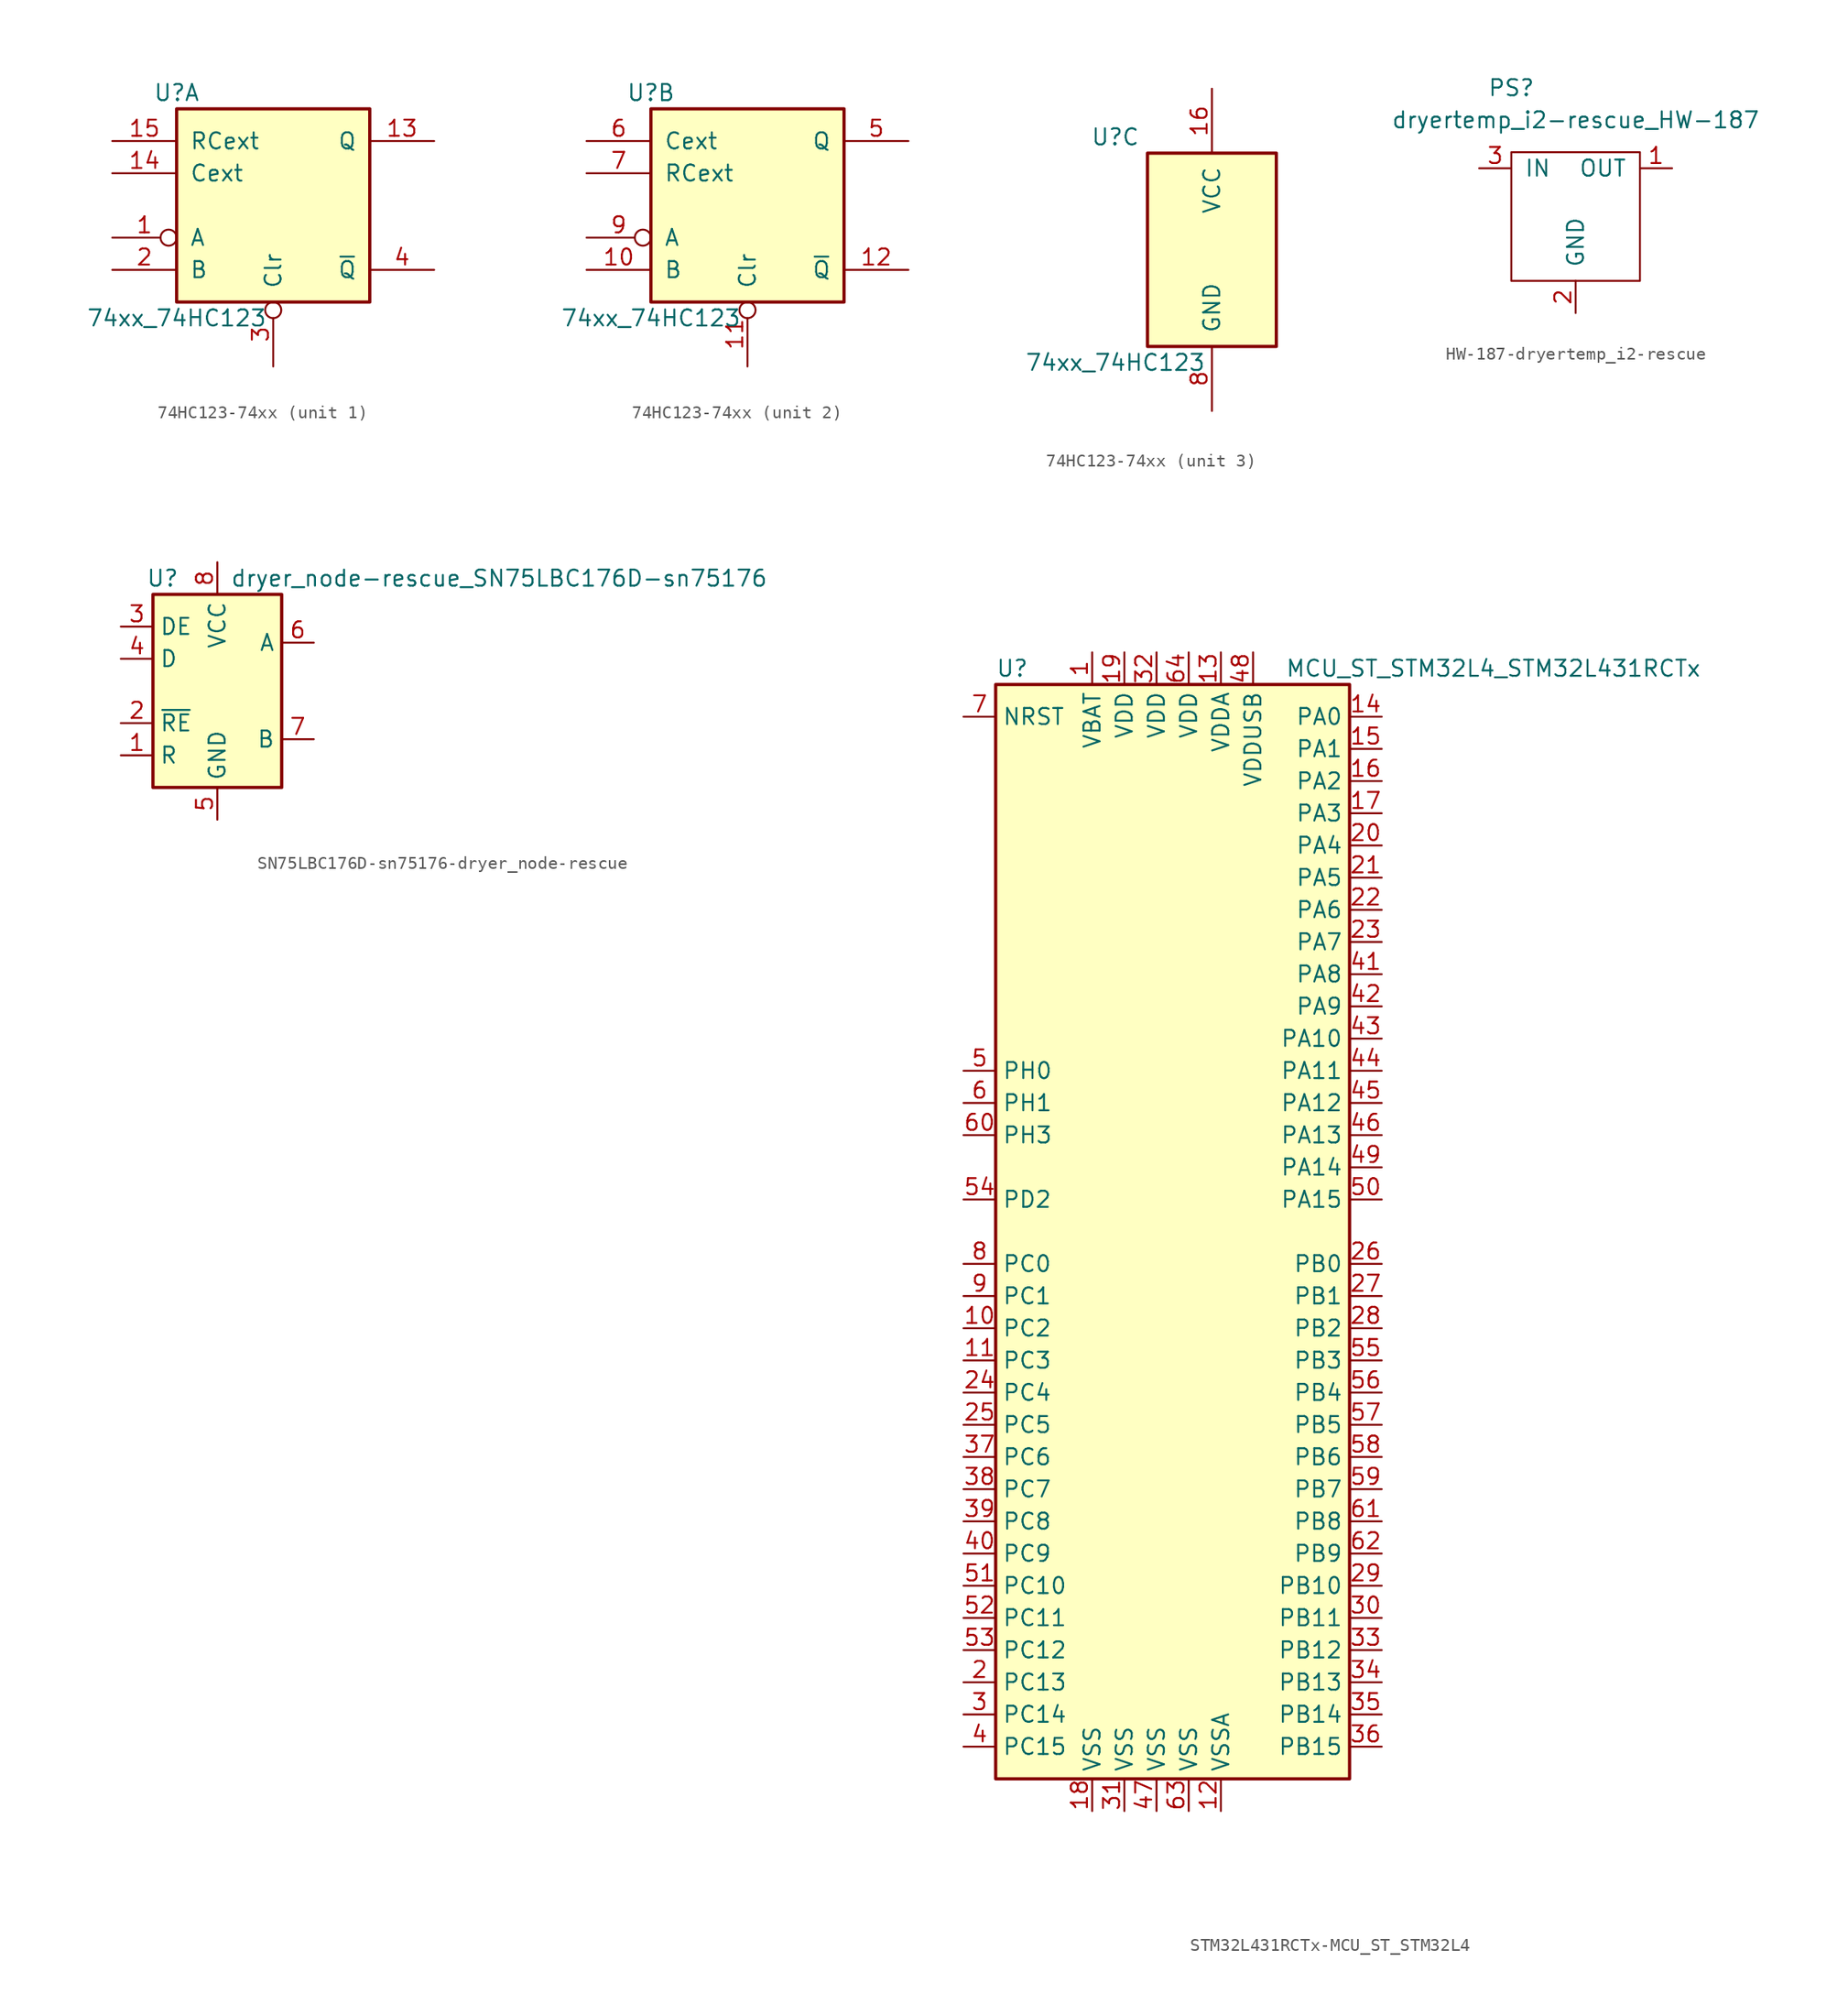
<source format=kicad_sym>
(kicad_symbol_lib
  (version 20220914)
  (generator kicad_symbol_editor)
  (symbol "74HC123-74xx"
    (pin_names
      (offset 1.016))
    (property "Reference" "U"
      (at -7.62 8.89 0)
      (effects (font (size 1.27 1.27))))
    (property "Value" "74xx_74HC123"
      (at -7.62 -8.89 0)
      (effects (font (size 1.27 1.27))))
    (property "ki_locked" ""
      (at 0 0 0)
      (effects (font (size 1.27 1.27))))
    (symbol "74HC123-74xx_1_0"
      (pin input inverted (at -12.7 -2.54 0) (length 5.08) (name "A" (effects (font (size 1.27 1.27)))) (number "1" (effects (font (size 1.27 1.27)))))
      (pin output line (at 12.7 5.08 180) (length 5.08) (name "Q" (effects (font (size 1.27 1.27)))) (number "13" (effects (font (size 1.27 1.27)))))
      (pin input line (at -12.7 2.54 0) (length 5.08) (name "Cext" (effects (font (size 1.27 1.27)))) (number "14" (effects (font (size 1.27 1.27)))))
      (pin input line (at -12.7 5.08 0) (length 5.08) (name "RCext" (effects (font (size 1.27 1.27)))) (number "15" (effects (font (size 1.27 1.27)))))
      (pin input line (at -12.7 -5.08 0) (length 5.08) (name "B" (effects (font (size 1.27 1.27)))) (number "2" (effects (font (size 1.27 1.27)))))
      (pin input inverted (at 0 -12.7 90) (length 5.08) (name "Clr" (effects (font (size 1.27 1.27)))) (number "3" (effects (font (size 1.27 1.27)))))
      (pin output line (at 12.7 -5.08 180) (length 5.08) (name "~{Q}" (effects (font (size 1.27 1.27)))) (number "4" (effects (font (size 1.27 1.27))))))
    (symbol "74HC123-74xx_1_1"
      (rectangle (start -7.62 7.62) (end 7.62 -7.62) (stroke (width 0.254) (type solid)) (fill (type background))))
    (symbol "74HC123-74xx_2_0"
      (pin input line (at -12.7 -5.08 0) (length 5.08) (name "B" (effects (font (size 1.27 1.27)))) (number "10" (effects (font (size 1.27 1.27)))))
      (pin input inverted (at 0 -12.7 90) (length 5.08) (name "Clr" (effects (font (size 1.27 1.27)))) (number "11" (effects (font (size 1.27 1.27)))))
      (pin output line (at 12.7 -5.08 180) (length 5.08) (name "~{Q}" (effects (font (size 1.27 1.27)))) (number "12" (effects (font (size 1.27 1.27)))))
      (pin output line (at 12.7 5.08 180) (length 5.08) (name "Q" (effects (font (size 1.27 1.27)))) (number "5" (effects (font (size 1.27 1.27)))))
      (pin input line (at -12.7 5.08 0) (length 5.08) (name "Cext" (effects (font (size 1.27 1.27)))) (number "6" (effects (font (size 1.27 1.27)))))
      (pin input line (at -12.7 2.54 0) (length 5.08) (name "RCext" (effects (font (size 1.27 1.27)))) (number "7" (effects (font (size 1.27 1.27)))))
      (pin input inverted (at -12.7 -2.54 0) (length 5.08) (name "A" (effects (font (size 1.27 1.27)))) (number "9" (effects (font (size 1.27 1.27))))))
    (symbol "74HC123-74xx_2_1"
      (rectangle (start -7.62 7.62) (end 7.62 -7.62) (stroke (width 0.254) (type solid)) (fill (type background))))
    (symbol "74HC123-74xx_3_0"
      (pin power_in line (at 0 12.7 270) (length 5.08) (name "VCC" (effects (font (size 1.27 1.27)))) (number "16" (effects (font (size 1.27 1.27)))))
      (pin power_in line (at 0 -12.7 90) (length 5.08) (name "GND" (effects (font (size 1.27 1.27)))) (number "8" (effects (font (size 1.27 1.27))))))
    (symbol "74HC123-74xx_3_1"
      (rectangle (start -5.08 7.62) (end 5.08 -7.62) (stroke (width 0.254) (type solid)) (fill (type background)))))
  (symbol "HW-187-dryertemp_i2-rescue"
    (pin_names
      (offset 1.016))
    (property "Reference" "PS"
      (at -5.08 10.16 0)
      (effects (font (size 1.27 1.27))))
    (property "Value" "dryertemp_i2-rescue_HW-187"
      (at 0 7.62 0)
      (effects (font (size 1.27 1.27))))
    (symbol "HW-187-dryertemp_i2-rescue_0_1"
      (rectangle (start -5.08 5.08) (end 5.08 -5.08) (stroke (width 0) (type solid)) (fill (type none))))
    (symbol "HW-187-dryertemp_i2-rescue_1_1"
      (pin power_out line (at 7.62 3.81 180) (length 2.54) (name "OUT" (effects (font (size 1.27 1.27)))) (number "1" (effects (font (size 1.27 1.27)))))
      (pin power_in line (at 0 -7.62 90) (length 2.54) (name "GND" (effects (font (size 1.27 1.27)))) (number "2" (effects (font (size 1.27 1.27)))))
      (pin input line (at -7.62 3.81 0) (length 2.54) (name "IN" (effects (font (size 1.27 1.27)))) (number "3" (effects (font (size 1.27 1.27)))))
      (pin power_in line (at 0 -7.62 90) (length 2.54) hide (name "GND" (effects (font (size 1.27 1.27)))) (number "4" (effects (font (size 1.27 1.27)))))))
  (symbol "SN75LBC176D-sn75176-dryer_node-rescue"
    (property "Reference" "U"
      (at -4.318 8.89 0)
      (effects (font (size 1.27 1.27))))
    (property "Value" "dryer_node-rescue_SN75LBC176D-sn75176"
      (at 1.016 8.89 0)
      (effects (font (size 1.27 1.27)) (justify left)))
    (symbol "SN75LBC176D-sn75176-dryer_node-rescue_0_1"
      (rectangle (start -5.08 7.62) (end 5.08 -7.62) (stroke (width 0.254) (type solid)) (fill (type background))))
    (symbol "SN75LBC176D-sn75176-dryer_node-rescue_1_1"
      (pin output line (at -7.62 -5.08 0) (length 2.54) (name "R" (effects (font (size 1.27 1.27)))) (number "1" (effects (font (size 1.27 1.27)))))
      (pin input line (at -7.62 -2.54 0) (length 2.54) (name "~{RE}" (effects (font (size 1.27 1.27)))) (number "2" (effects (font (size 1.27 1.27)))))
      (pin input line (at -7.62 5.08 0) (length 2.54) (name "DE" (effects (font (size 1.27 1.27)))) (number "3" (effects (font (size 1.27 1.27)))))
      (pin input line (at -7.62 2.54 0) (length 2.54) (name "D" (effects (font (size 1.27 1.27)))) (number "4" (effects (font (size 1.27 1.27)))))
      (pin power_in line (at 0 -10.16 90) (length 2.54) (name "GND" (effects (font (size 1.27 1.27)))) (number "5" (effects (font (size 1.27 1.27)))))
      (pin bidirectional line (at 7.62 3.81 180) (length 2.54) (name "A" (effects (font (size 1.27 1.27)))) (number "6" (effects (font (size 1.27 1.27)))))
      (pin bidirectional line (at 7.62 -3.81 180) (length 2.54) (name "B" (effects (font (size 1.27 1.27)))) (number "7" (effects (font (size 1.27 1.27)))))
      (pin power_in line (at 0 10.16 270) (length 2.54) (name "VCC" (effects (font (size 1.27 1.27)))) (number "8" (effects (font (size 1.27 1.27)))))))
  (symbol "STM32L431RCTx-MCU_ST_STM32L4"
    (property "Reference" "U"
      (at -15.24 44.45 0)
      (effects (font (size 1.27 1.27)) (justify left)))
    (property "Value" "MCU_ST_STM32L4_STM32L431RCTx"
      (at 7.62 44.45 0)
      (effects (font (size 1.27 1.27)) (justify left)))
    (symbol "STM32L431RCTx-MCU_ST_STM32L4_0_1"
      (rectangle (start -15.24 -43.18) (end 12.7 43.18) (stroke (width 0.254) (type solid)) (fill (type background))))
    (symbol "STM32L431RCTx-MCU_ST_STM32L4_1_1"
      (pin power_in line (at -7.62 45.72 270) (length 2.54) (name "VBAT" (effects (font (size 1.27 1.27)))) (number "1" (effects (font (size 1.27 1.27)))))
      (pin bidirectional line (at -17.78 -7.62 0) (length 2.54) (name "PC2" (effects (font (size 1.27 1.27)))) (number "10" (effects (font (size 1.27 1.27)))))
      (pin bidirectional line (at -17.78 -10.16 0) (length 2.54) (name "PC3" (effects (font (size 1.27 1.27)))) (number "11" (effects (font (size 1.27 1.27)))))
      (pin power_in line (at 2.54 -45.72 90) (length 2.54) (name "VSSA" (effects (font (size 1.27 1.27)))) (number "12" (effects (font (size 1.27 1.27)))))
      (pin power_in line (at 2.54 45.72 270) (length 2.54) (name "VDDA" (effects (font (size 1.27 1.27)))) (number "13" (effects (font (size 1.27 1.27)))))
      (pin bidirectional line (at 15.24 40.64 180) (length 2.54) (name "PA0" (effects (font (size 1.27 1.27)))) (number "14" (effects (font (size 1.27 1.27)))))
      (pin bidirectional line (at 15.24 38.1 180) (length 2.54) (name "PA1" (effects (font (size 1.27 1.27)))) (number "15" (effects (font (size 1.27 1.27)))))
      (pin bidirectional line (at 15.24 35.56 180) (length 2.54) (name "PA2" (effects (font (size 1.27 1.27)))) (number "16" (effects (font (size 1.27 1.27)))))
      (pin bidirectional line (at 15.24 33.02 180) (length 2.54) (name "PA3" (effects (font (size 1.27 1.27)))) (number "17" (effects (font (size 1.27 1.27)))))
      (pin power_in line (at -7.62 -45.72 90) (length 2.54) (name "VSS" (effects (font (size 1.27 1.27)))) (number "18" (effects (font (size 1.27 1.27)))))
      (pin power_in line (at -5.08 45.72 270) (length 2.54) (name "VDD" (effects (font (size 1.27 1.27)))) (number "19" (effects (font (size 1.27 1.27)))))
      (pin bidirectional line (at -17.78 -35.56 0) (length 2.54) (name "PC13" (effects (font (size 1.27 1.27)))) (number "2" (effects (font (size 1.27 1.27)))))
      (pin bidirectional line (at 15.24 30.48 180) (length 2.54) (name "PA4" (effects (font (size 1.27 1.27)))) (number "20" (effects (font (size 1.27 1.27)))))
      (pin bidirectional line (at 15.24 27.94 180) (length 2.54) (name "PA5" (effects (font (size 1.27 1.27)))) (number "21" (effects (font (size 1.27 1.27)))))
      (pin bidirectional line (at 15.24 25.4 180) (length 2.54) (name "PA6" (effects (font (size 1.27 1.27)))) (number "22" (effects (font (size 1.27 1.27)))))
      (pin bidirectional line (at 15.24 22.86 180) (length 2.54) (name "PA7" (effects (font (size 1.27 1.27)))) (number "23" (effects (font (size 1.27 1.27)))))
      (pin bidirectional line (at -17.78 -12.7 0) (length 2.54) (name "PC4" (effects (font (size 1.27 1.27)))) (number "24" (effects (font (size 1.27 1.27)))))
      (pin bidirectional line (at -17.78 -15.24 0) (length 2.54) (name "PC5" (effects (font (size 1.27 1.27)))) (number "25" (effects (font (size 1.27 1.27)))))
      (pin bidirectional line (at 15.24 -2.54 180) (length 2.54) (name "PB0" (effects (font (size 1.27 1.27)))) (number "26" (effects (font (size 1.27 1.27)))))
      (pin bidirectional line (at 15.24 -5.08 180) (length 2.54) (name "PB1" (effects (font (size 1.27 1.27)))) (number "27" (effects (font (size 1.27 1.27)))))
      (pin bidirectional line (at 15.24 -7.62 180) (length 2.54) (name "PB2" (effects (font (size 1.27 1.27)))) (number "28" (effects (font (size 1.27 1.27)))))
      (pin bidirectional line (at 15.24 -27.94 180) (length 2.54) (name "PB10" (effects (font (size 1.27 1.27)))) (number "29" (effects (font (size 1.27 1.27)))))
      (pin bidirectional line (at -17.78 -38.1 0) (length 2.54) (name "PC14" (effects (font (size 1.27 1.27)))) (number "3" (effects (font (size 1.27 1.27)))))
      (pin bidirectional line (at 15.24 -30.48 180) (length 2.54) (name "PB11" (effects (font (size 1.27 1.27)))) (number "30" (effects (font (size 1.27 1.27)))))
      (pin power_in line (at -5.08 -45.72 90) (length 2.54) (name "VSS" (effects (font (size 1.27 1.27)))) (number "31" (effects (font (size 1.27 1.27)))))
      (pin power_in line (at -2.54 45.72 270) (length 2.54) (name "VDD" (effects (font (size 1.27 1.27)))) (number "32" (effects (font (size 1.27 1.27)))))
      (pin bidirectional line (at 15.24 -33.02 180) (length 2.54) (name "PB12" (effects (font (size 1.27 1.27)))) (number "33" (effects (font (size 1.27 1.27)))))
      (pin bidirectional line (at 15.24 -35.56 180) (length 2.54) (name "PB13" (effects (font (size 1.27 1.27)))) (number "34" (effects (font (size 1.27 1.27)))))
      (pin bidirectional line (at 15.24 -38.1 180) (length 2.54) (name "PB14" (effects (font (size 1.27 1.27)))) (number "35" (effects (font (size 1.27 1.27)))))
      (pin bidirectional line (at 15.24 -40.64 180) (length 2.54) (name "PB15" (effects (font (size 1.27 1.27)))) (number "36" (effects (font (size 1.27 1.27)))))
      (pin bidirectional line (at -17.78 -17.78 0) (length 2.54) (name "PC6" (effects (font (size 1.27 1.27)))) (number "37" (effects (font (size 1.27 1.27)))))
      (pin bidirectional line (at -17.78 -20.32 0) (length 2.54) (name "PC7" (effects (font (size 1.27 1.27)))) (number "38" (effects (font (size 1.27 1.27)))))
      (pin bidirectional line (at -17.78 -22.86 0) (length 2.54) (name "PC8" (effects (font (size 1.27 1.27)))) (number "39" (effects (font (size 1.27 1.27)))))
      (pin bidirectional line (at -17.78 -40.64 0) (length 2.54) (name "PC15" (effects (font (size 1.27 1.27)))) (number "4" (effects (font (size 1.27 1.27)))))
      (pin bidirectional line (at -17.78 -25.4 0) (length 2.54) (name "PC9" (effects (font (size 1.27 1.27)))) (number "40" (effects (font (size 1.27 1.27)))))
      (pin bidirectional line (at 15.24 20.32 180) (length 2.54) (name "PA8" (effects (font (size 1.27 1.27)))) (number "41" (effects (font (size 1.27 1.27)))))
      (pin bidirectional line (at 15.24 17.78 180) (length 2.54) (name "PA9" (effects (font (size 1.27 1.27)))) (number "42" (effects (font (size 1.27 1.27)))))
      (pin bidirectional line (at 15.24 15.24 180) (length 2.54) (name "PA10" (effects (font (size 1.27 1.27)))) (number "43" (effects (font (size 1.27 1.27)))))
      (pin bidirectional line (at 15.24 12.7 180) (length 2.54) (name "PA11" (effects (font (size 1.27 1.27)))) (number "44" (effects (font (size 1.27 1.27)))))
      (pin bidirectional line (at 15.24 10.16 180) (length 2.54) (name "PA12" (effects (font (size 1.27 1.27)))) (number "45" (effects (font (size 1.27 1.27)))))
      (pin bidirectional line (at 15.24 7.62 180) (length 2.54) (name "PA13" (effects (font (size 1.27 1.27)))) (number "46" (effects (font (size 1.27 1.27)))))
      (pin power_in line (at -2.54 -45.72 90) (length 2.54) (name "VSS" (effects (font (size 1.27 1.27)))) (number "47" (effects (font (size 1.27 1.27)))))
      (pin power_in line (at 5.08 45.72 270) (length 2.54) (name "VDDUSB" (effects (font (size 1.27 1.27)))) (number "48" (effects (font (size 1.27 1.27)))))
      (pin bidirectional line (at 15.24 5.08 180) (length 2.54) (name "PA14" (effects (font (size 1.27 1.27)))) (number "49" (effects (font (size 1.27 1.27)))))
      (pin input line (at -17.78 12.7 0) (length 2.54) (name "PH0" (effects (font (size 1.27 1.27)))) (number "5" (effects (font (size 1.27 1.27)))))
      (pin bidirectional line (at 15.24 2.54 180) (length 2.54) (name "PA15" (effects (font (size 1.27 1.27)))) (number "50" (effects (font (size 1.27 1.27)))))
      (pin bidirectional line (at -17.78 -27.94 0) (length 2.54) (name "PC10" (effects (font (size 1.27 1.27)))) (number "51" (effects (font (size 1.27 1.27)))))
      (pin bidirectional line (at -17.78 -30.48 0) (length 2.54) (name "PC11" (effects (font (size 1.27 1.27)))) (number "52" (effects (font (size 1.27 1.27)))))
      (pin bidirectional line (at -17.78 -33.02 0) (length 2.54) (name "PC12" (effects (font (size 1.27 1.27)))) (number "53" (effects (font (size 1.27 1.27)))))
      (pin bidirectional line (at -17.78 2.54 0) (length 2.54) (name "PD2" (effects (font (size 1.27 1.27)))) (number "54" (effects (font (size 1.27 1.27)))))
      (pin bidirectional line (at 15.24 -10.16 180) (length 2.54) (name "PB3" (effects (font (size 1.27 1.27)))) (number "55" (effects (font (size 1.27 1.27)))))
      (pin bidirectional line (at 15.24 -12.7 180) (length 2.54) (name "PB4" (effects (font (size 1.27 1.27)))) (number "56" (effects (font (size 1.27 1.27)))))
      (pin bidirectional line (at 15.24 -15.24 180) (length 2.54) (name "PB5" (effects (font (size 1.27 1.27)))) (number "57" (effects (font (size 1.27 1.27)))))
      (pin bidirectional line (at 15.24 -17.78 180) (length 2.54) (name "PB6" (effects (font (size 1.27 1.27)))) (number "58" (effects (font (size 1.27 1.27)))))
      (pin bidirectional line (at 15.24 -20.32 180) (length 2.54) (name "PB7" (effects (font (size 1.27 1.27)))) (number "59" (effects (font (size 1.27 1.27)))))
      (pin input line (at -17.78 10.16 0) (length 2.54) (name "PH1" (effects (font (size 1.27 1.27)))) (number "6" (effects (font (size 1.27 1.27)))))
      (pin bidirectional line (at -17.78 7.62 0) (length 2.54) (name "PH3" (effects (font (size 1.27 1.27)))) (number "60" (effects (font (size 1.27 1.27)))))
      (pin bidirectional line (at 15.24 -22.86 180) (length 2.54) (name "PB8" (effects (font (size 1.27 1.27)))) (number "61" (effects (font (size 1.27 1.27)))))
      (pin bidirectional line (at 15.24 -25.4 180) (length 2.54) (name "PB9" (effects (font (size 1.27 1.27)))) (number "62" (effects (font (size 1.27 1.27)))))
      (pin power_in line (at 0 -45.72 90) (length 2.54) (name "VSS" (effects (font (size 1.27 1.27)))) (number "63" (effects (font (size 1.27 1.27)))))
      (pin power_in line (at 0 45.72 270) (length 2.54) (name "VDD" (effects (font (size 1.27 1.27)))) (number "64" (effects (font (size 1.27 1.27)))))
      (pin input line (at -17.78 40.64 0) (length 2.54) (name "NRST" (effects (font (size 1.27 1.27)))) (number "7" (effects (font (size 1.27 1.27)))))
      (pin bidirectional line (at -17.78 -2.54 0) (length 2.54) (name "PC0" (effects (font (size 1.27 1.27)))) (number "8" (effects (font (size 1.27 1.27)))))
      (pin bidirectional line (at -17.78 -5.08 0) (length 2.54) (name "PC1" (effects (font (size 1.27 1.27)))) (number "9" (effects (font (size 1.27 1.27))))))))
</source>
